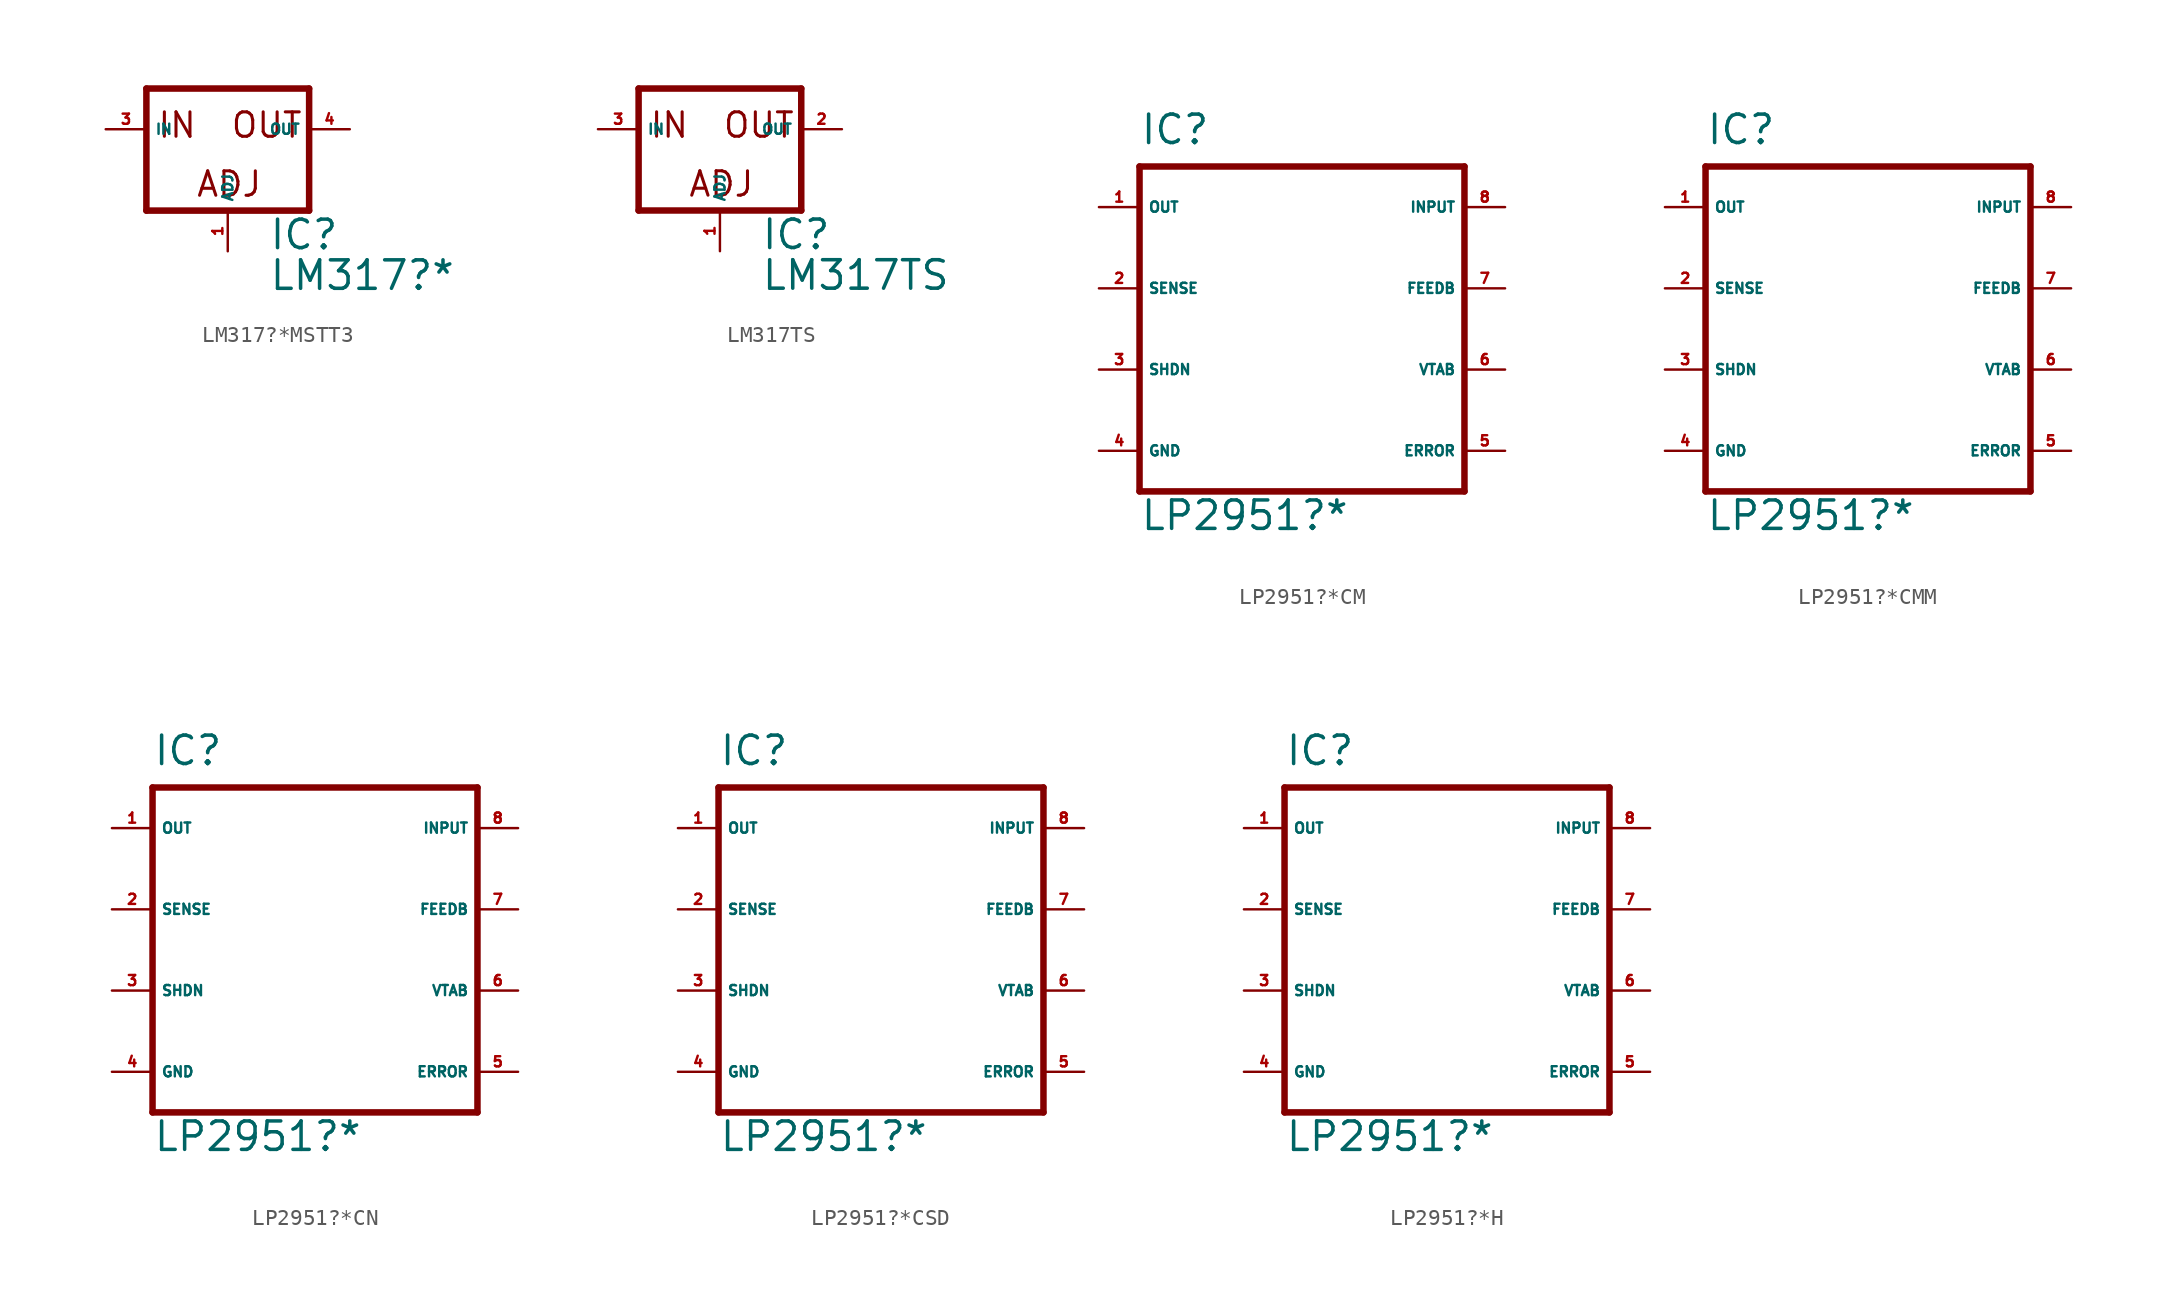
<source format=kicad_sym>
(kicad_symbol_lib
  (version 20220914)
  (generator Eagle2Kicad)
  (symbol "LM317?*MSTT3"
    (property "Reference" "IC"
      (at 2.54 -7.62 0)
      (effects (font (size 1.778 1.778) (thickness 0.22)) (justify left bottom)))
    (property "Value" "LM317?*"
      (at 2.54 -10.16 0)
      (effects (font (size 1.778 1.778) (thickness 0.22)) (justify left bottom)))
    (polyline
      (pts (xy -5.08 -5.08) (xy 5.08 -5.08))
      (stroke (width 0.406) (type default))
      (fill (type none)))
    (polyline
      (pts (xy 5.08 -5.08) (xy 5.08 2.54))
      (stroke (width 0.406) (type default))
      (fill (type none)))
    (polyline
      (pts (xy 5.08 2.54) (xy -5.08 2.54))
      (stroke (width 0.406) (type default))
      (fill (type none)))
    (polyline
      (pts (xy -5.08 2.54) (xy -5.08 -5.08))
      (stroke (width 0.406) (type default))
      (fill (type none)))
    (text "ADJ"
      (at -2.032 -4.318 0)
      (effects (font (size 1.524 1.524) (thickness 0.19)) (justify left bottom)))
    (text "IN"
      (at -4.445 -0.635 0)
      (effects (font (size 1.524 1.524) (thickness 0.19)) (justify left bottom)))
    (text "OUT"
      (at 0.127 -0.635 0)
      (effects (font (size 1.524 1.524) (thickness 0.19)) (justify left bottom)))
    (pin input line
      (at -7.62 0 0)
      (length 2.54)
      (name "IN" (effects (font (size 0.635 0.635) (thickness 0.08)) (justify left bottom)))
      (number "3" (effects (font (size 0.635 0.635) (thickness 0.08)) (justify left bottom))))
    (pin input line
      (at 0 -7.62 90)
      (length 2.54)
      (name "ADJ" (effects (font (size 0.635 0.635) (thickness 0.08)) (justify left bottom)))
      (number "1" (effects (font (size 0.635 0.635) (thickness 0.08)) (justify left bottom))))
    (pin passive line
      (at 7.62 0 180)
      (length 2.54)
      (name "OUT" (effects (font (size 0.635 0.635) (thickness 0.08)) (justify left bottom)))
      (number "4" (effects (font (size 0.635 0.635) (thickness 0.08)) (justify left bottom)))))
  (symbol "LM317TS"
    (property "Reference" "IC"
      (at 2.54 -7.62 0)
      (effects (font (size 1.778 1.778) (thickness 0.22)) (justify left bottom)))
    (property "Value" "LM317TS"
      (at 2.54 -10.16 0)
      (effects (font (size 1.778 1.778) (thickness 0.22)) (justify left bottom)))
    (polyline
      (pts (xy -5.08 -5.08) (xy 5.08 -5.08))
      (stroke (width 0.406) (type default))
      (fill (type none)))
    (polyline
      (pts (xy 5.08 -5.08) (xy 5.08 2.54))
      (stroke (width 0.406) (type default))
      (fill (type none)))
    (polyline
      (pts (xy 5.08 2.54) (xy -5.08 2.54))
      (stroke (width 0.406) (type default))
      (fill (type none)))
    (polyline
      (pts (xy -5.08 2.54) (xy -5.08 -5.08))
      (stroke (width 0.406) (type default))
      (fill (type none)))
    (text "ADJ"
      (at -2.032 -4.318 0)
      (effects (font (size 1.524 1.524) (thickness 0.19)) (justify left bottom)))
    (text "IN"
      (at -4.445 -0.635 0)
      (effects (font (size 1.524 1.524) (thickness 0.19)) (justify left bottom)))
    (text "OUT"
      (at 0.127 -0.635 0)
      (effects (font (size 1.524 1.524) (thickness 0.19)) (justify left bottom)))
    (pin input line
      (at -7.62 0 0)
      (length 2.54)
      (name "IN" (effects (font (size 0.635 0.635) (thickness 0.08)) (justify left bottom)))
      (number "3" (effects (font (size 0.635 0.635) (thickness 0.08)) (justify left bottom))))
    (pin input line
      (at 0 -7.62 90)
      (length 2.54)
      (name "ADJ" (effects (font (size 0.635 0.635) (thickness 0.08)) (justify left bottom)))
      (number "1" (effects (font (size 0.635 0.635) (thickness 0.08)) (justify left bottom))))
    (pin passive line
      (at 7.62 0 180)
      (length 2.54)
      (name "OUT" (effects (font (size 0.635 0.635) (thickness 0.08)) (justify left bottom)))
      (number "2" (effects (font (size 0.635 0.635) (thickness 0.08)) (justify left bottom)))))
  (symbol "LP2951?*CM"
    (property "Reference" "IC"
      (at -10.16 11.43 0)
      (effects (font (size 1.778 1.778) (thickness 0.22)) (justify left bottom)))
    (property "Value" "LP2951?*"
      (at -10.16 -12.7 0)
      (effects (font (size 1.778 1.778) (thickness 0.22)) (justify left bottom)))
    (polyline
      (pts (xy -10.16 10.16) (xy 10.16 10.16))
      (stroke (width 0.406) (type default))
      (fill (type none)))
    (polyline
      (pts (xy 10.16 10.16) (xy 10.16 -10.16))
      (stroke (width 0.406) (type default))
      (fill (type none)))
    (polyline
      (pts (xy 10.16 -10.16) (xy -10.16 -10.16))
      (stroke (width 0.406) (type default))
      (fill (type none)))
    (polyline
      (pts (xy -10.16 -10.16) (xy -10.16 10.16))
      (stroke (width 0.406) (type default))
      (fill (type none)))
    (pin input line
      (at 12.7 -2.54 180)
      (length 2.54)
      (name "VTAB" (effects (font (size 0.635 0.635) (thickness 0.08)) (justify left bottom)))
      (number "6" (effects (font (size 0.635 0.635) (thickness 0.08)) (justify left bottom))))
    (pin output line
      (at 12.7 2.54 180)
      (length 2.54)
      (name "FEEDB" (effects (font (size 0.635 0.635) (thickness 0.08)) (justify left bottom)))
      (number "7" (effects (font (size 0.635 0.635) (thickness 0.08)) (justify left bottom))))
    (pin input line
      (at -12.7 2.54 0)
      (length 2.54)
      (name "SENSE" (effects (font (size 0.635 0.635) (thickness 0.08)) (justify left bottom)))
      (number "2" (effects (font (size 0.635 0.635) (thickness 0.08)) (justify left bottom))))
    (pin input line
      (at -12.7 -2.54 0)
      (length 2.54)
      (name "SHDN" (effects (font (size 0.635 0.635) (thickness 0.08)) (justify left bottom)))
      (number "3" (effects (font (size 0.635 0.635) (thickness 0.08)) (justify left bottom))))
    (pin unspecified line
      (at -12.7 -7.62 0)
      (length 2.54)
      (name "GND" (effects (font (size 0.635 0.635) (thickness 0.08)) (justify left bottom)))
      (number "4" (effects (font (size 0.635 0.635) (thickness 0.08)) (justify left bottom))))
    (pin output line
      (at -12.7 7.62 0)
      (length 2.54)
      (name "OUT" (effects (font (size 0.635 0.635) (thickness 0.08)) (justify left bottom)))
      (number "1" (effects (font (size 0.635 0.635) (thickness 0.08)) (justify left bottom))))
    (pin output line
      (at 12.7 -7.62 180)
      (length 2.54)
      (name "ERROR" (effects (font (size 0.635 0.635) (thickness 0.08)) (justify left bottom)))
      (number "5" (effects (font (size 0.635 0.635) (thickness 0.08)) (justify left bottom))))
    (pin passive line
      (at 12.7 7.62 180)
      (length 2.54)
      (name "INPUT" (effects (font (size 0.635 0.635) (thickness 0.08)) (justify left bottom)))
      (number "8" (effects (font (size 0.635 0.635) (thickness 0.08)) (justify left bottom)))))
  (symbol "LP2951?*CMM"
    (property "Reference" "IC"
      (at -10.16 11.43 0)
      (effects (font (size 1.778 1.778) (thickness 0.22)) (justify left bottom)))
    (property "Value" "LP2951?*"
      (at -10.16 -12.7 0)
      (effects (font (size 1.778 1.778) (thickness 0.22)) (justify left bottom)))
    (polyline
      (pts (xy -10.16 10.16) (xy 10.16 10.16))
      (stroke (width 0.406) (type default))
      (fill (type none)))
    (polyline
      (pts (xy 10.16 10.16) (xy 10.16 -10.16))
      (stroke (width 0.406) (type default))
      (fill (type none)))
    (polyline
      (pts (xy 10.16 -10.16) (xy -10.16 -10.16))
      (stroke (width 0.406) (type default))
      (fill (type none)))
    (polyline
      (pts (xy -10.16 -10.16) (xy -10.16 10.16))
      (stroke (width 0.406) (type default))
      (fill (type none)))
    (pin input line
      (at 12.7 -2.54 180)
      (length 2.54)
      (name "VTAB" (effects (font (size 0.635 0.635) (thickness 0.08)) (justify left bottom)))
      (number "6" (effects (font (size 0.635 0.635) (thickness 0.08)) (justify left bottom))))
    (pin output line
      (at 12.7 2.54 180)
      (length 2.54)
      (name "FEEDB" (effects (font (size 0.635 0.635) (thickness 0.08)) (justify left bottom)))
      (number "7" (effects (font (size 0.635 0.635) (thickness 0.08)) (justify left bottom))))
    (pin input line
      (at -12.7 2.54 0)
      (length 2.54)
      (name "SENSE" (effects (font (size 0.635 0.635) (thickness 0.08)) (justify left bottom)))
      (number "2" (effects (font (size 0.635 0.635) (thickness 0.08)) (justify left bottom))))
    (pin input line
      (at -12.7 -2.54 0)
      (length 2.54)
      (name "SHDN" (effects (font (size 0.635 0.635) (thickness 0.08)) (justify left bottom)))
      (number "3" (effects (font (size 0.635 0.635) (thickness 0.08)) (justify left bottom))))
    (pin unspecified line
      (at -12.7 -7.62 0)
      (length 2.54)
      (name "GND" (effects (font (size 0.635 0.635) (thickness 0.08)) (justify left bottom)))
      (number "4" (effects (font (size 0.635 0.635) (thickness 0.08)) (justify left bottom))))
    (pin output line
      (at -12.7 7.62 0)
      (length 2.54)
      (name "OUT" (effects (font (size 0.635 0.635) (thickness 0.08)) (justify left bottom)))
      (number "1" (effects (font (size 0.635 0.635) (thickness 0.08)) (justify left bottom))))
    (pin output line
      (at 12.7 -7.62 180)
      (length 2.54)
      (name "ERROR" (effects (font (size 0.635 0.635) (thickness 0.08)) (justify left bottom)))
      (number "5" (effects (font (size 0.635 0.635) (thickness 0.08)) (justify left bottom))))
    (pin passive line
      (at 12.7 7.62 180)
      (length 2.54)
      (name "INPUT" (effects (font (size 0.635 0.635) (thickness 0.08)) (justify left bottom)))
      (number "8" (effects (font (size 0.635 0.635) (thickness 0.08)) (justify left bottom)))))
  (symbol "LP2951?*CN"
    (property "Reference" "IC"
      (at -10.16 11.43 0)
      (effects (font (size 1.778 1.778) (thickness 0.22)) (justify left bottom)))
    (property "Value" "LP2951?*"
      (at -10.16 -12.7 0)
      (effects (font (size 1.778 1.778) (thickness 0.22)) (justify left bottom)))
    (polyline
      (pts (xy -10.16 10.16) (xy 10.16 10.16))
      (stroke (width 0.406) (type default))
      (fill (type none)))
    (polyline
      (pts (xy 10.16 10.16) (xy 10.16 -10.16))
      (stroke (width 0.406) (type default))
      (fill (type none)))
    (polyline
      (pts (xy 10.16 -10.16) (xy -10.16 -10.16))
      (stroke (width 0.406) (type default))
      (fill (type none)))
    (polyline
      (pts (xy -10.16 -10.16) (xy -10.16 10.16))
      (stroke (width 0.406) (type default))
      (fill (type none)))
    (pin input line
      (at 12.7 -2.54 180)
      (length 2.54)
      (name "VTAB" (effects (font (size 0.635 0.635) (thickness 0.08)) (justify left bottom)))
      (number "6" (effects (font (size 0.635 0.635) (thickness 0.08)) (justify left bottom))))
    (pin output line
      (at 12.7 2.54 180)
      (length 2.54)
      (name "FEEDB" (effects (font (size 0.635 0.635) (thickness 0.08)) (justify left bottom)))
      (number "7" (effects (font (size 0.635 0.635) (thickness 0.08)) (justify left bottom))))
    (pin input line
      (at -12.7 2.54 0)
      (length 2.54)
      (name "SENSE" (effects (font (size 0.635 0.635) (thickness 0.08)) (justify left bottom)))
      (number "2" (effects (font (size 0.635 0.635) (thickness 0.08)) (justify left bottom))))
    (pin input line
      (at -12.7 -2.54 0)
      (length 2.54)
      (name "SHDN" (effects (font (size 0.635 0.635) (thickness 0.08)) (justify left bottom)))
      (number "3" (effects (font (size 0.635 0.635) (thickness 0.08)) (justify left bottom))))
    (pin unspecified line
      (at -12.7 -7.62 0)
      (length 2.54)
      (name "GND" (effects (font (size 0.635 0.635) (thickness 0.08)) (justify left bottom)))
      (number "4" (effects (font (size 0.635 0.635) (thickness 0.08)) (justify left bottom))))
    (pin output line
      (at -12.7 7.62 0)
      (length 2.54)
      (name "OUT" (effects (font (size 0.635 0.635) (thickness 0.08)) (justify left bottom)))
      (number "1" (effects (font (size 0.635 0.635) (thickness 0.08)) (justify left bottom))))
    (pin output line
      (at 12.7 -7.62 180)
      (length 2.54)
      (name "ERROR" (effects (font (size 0.635 0.635) (thickness 0.08)) (justify left bottom)))
      (number "5" (effects (font (size 0.635 0.635) (thickness 0.08)) (justify left bottom))))
    (pin passive line
      (at 12.7 7.62 180)
      (length 2.54)
      (name "INPUT" (effects (font (size 0.635 0.635) (thickness 0.08)) (justify left bottom)))
      (number "8" (effects (font (size 0.635 0.635) (thickness 0.08)) (justify left bottom)))))
  (symbol "LP2951?*CSD"
    (property "Reference" "IC"
      (at -10.16 11.43 0)
      (effects (font (size 1.778 1.778) (thickness 0.22)) (justify left bottom)))
    (property "Value" "LP2951?*"
      (at -10.16 -12.7 0)
      (effects (font (size 1.778 1.778) (thickness 0.22)) (justify left bottom)))
    (polyline
      (pts (xy -10.16 10.16) (xy 10.16 10.16))
      (stroke (width 0.406) (type default))
      (fill (type none)))
    (polyline
      (pts (xy 10.16 10.16) (xy 10.16 -10.16))
      (stroke (width 0.406) (type default))
      (fill (type none)))
    (polyline
      (pts (xy 10.16 -10.16) (xy -10.16 -10.16))
      (stroke (width 0.406) (type default))
      (fill (type none)))
    (polyline
      (pts (xy -10.16 -10.16) (xy -10.16 10.16))
      (stroke (width 0.406) (type default))
      (fill (type none)))
    (pin input line
      (at 12.7 -2.54 180)
      (length 2.54)
      (name "VTAB" (effects (font (size 0.635 0.635) (thickness 0.08)) (justify left bottom)))
      (number "6" (effects (font (size 0.635 0.635) (thickness 0.08)) (justify left bottom))))
    (pin output line
      (at 12.7 2.54 180)
      (length 2.54)
      (name "FEEDB" (effects (font (size 0.635 0.635) (thickness 0.08)) (justify left bottom)))
      (number "7" (effects (font (size 0.635 0.635) (thickness 0.08)) (justify left bottom))))
    (pin input line
      (at -12.7 2.54 0)
      (length 2.54)
      (name "SENSE" (effects (font (size 0.635 0.635) (thickness 0.08)) (justify left bottom)))
      (number "2" (effects (font (size 0.635 0.635) (thickness 0.08)) (justify left bottom))))
    (pin input line
      (at -12.7 -2.54 0)
      (length 2.54)
      (name "SHDN" (effects (font (size 0.635 0.635) (thickness 0.08)) (justify left bottom)))
      (number "3" (effects (font (size 0.635 0.635) (thickness 0.08)) (justify left bottom))))
    (pin unspecified line
      (at -12.7 -7.62 0)
      (length 2.54)
      (name "GND" (effects (font (size 0.635 0.635) (thickness 0.08)) (justify left bottom)))
      (number "4" (effects (font (size 0.635 0.635) (thickness 0.08)) (justify left bottom))))
    (pin output line
      (at -12.7 7.62 0)
      (length 2.54)
      (name "OUT" (effects (font (size 0.635 0.635) (thickness 0.08)) (justify left bottom)))
      (number "1" (effects (font (size 0.635 0.635) (thickness 0.08)) (justify left bottom))))
    (pin output line
      (at 12.7 -7.62 180)
      (length 2.54)
      (name "ERROR" (effects (font (size 0.635 0.635) (thickness 0.08)) (justify left bottom)))
      (number "5" (effects (font (size 0.635 0.635) (thickness 0.08)) (justify left bottom))))
    (pin passive line
      (at 12.7 7.62 180)
      (length 2.54)
      (name "INPUT" (effects (font (size 0.635 0.635) (thickness 0.08)) (justify left bottom)))
      (number "8" (effects (font (size 0.635 0.635) (thickness 0.08)) (justify left bottom)))))
  (symbol "LP2951?*H"
    (property "Reference" "IC"
      (at -10.16 11.43 0)
      (effects (font (size 1.778 1.778) (thickness 0.22)) (justify left bottom)))
    (property "Value" "LP2951?*"
      (at -10.16 -12.7 0)
      (effects (font (size 1.778 1.778) (thickness 0.22)) (justify left bottom)))
    (polyline
      (pts (xy -10.16 10.16) (xy 10.16 10.16))
      (stroke (width 0.406) (type default))
      (fill (type none)))
    (polyline
      (pts (xy 10.16 10.16) (xy 10.16 -10.16))
      (stroke (width 0.406) (type default))
      (fill (type none)))
    (polyline
      (pts (xy 10.16 -10.16) (xy -10.16 -10.16))
      (stroke (width 0.406) (type default))
      (fill (type none)))
    (polyline
      (pts (xy -10.16 -10.16) (xy -10.16 10.16))
      (stroke (width 0.406) (type default))
      (fill (type none)))
    (pin input line
      (at 12.7 -2.54 180)
      (length 2.54)
      (name "VTAB" (effects (font (size 0.635 0.635) (thickness 0.08)) (justify left bottom)))
      (number "6" (effects (font (size 0.635 0.635) (thickness 0.08)) (justify left bottom))))
    (pin output line
      (at 12.7 2.54 180)
      (length 2.54)
      (name "FEEDB" (effects (font (size 0.635 0.635) (thickness 0.08)) (justify left bottom)))
      (number "7" (effects (font (size 0.635 0.635) (thickness 0.08)) (justify left bottom))))
    (pin input line
      (at -12.7 2.54 0)
      (length 2.54)
      (name "SENSE" (effects (font (size 0.635 0.635) (thickness 0.08)) (justify left bottom)))
      (number "2" (effects (font (size 0.635 0.635) (thickness 0.08)) (justify left bottom))))
    (pin input line
      (at -12.7 -2.54 0)
      (length 2.54)
      (name "SHDN" (effects (font (size 0.635 0.635) (thickness 0.08)) (justify left bottom)))
      (number "3" (effects (font (size 0.635 0.635) (thickness 0.08)) (justify left bottom))))
    (pin unspecified line
      (at -12.7 -7.62 0)
      (length 2.54)
      (name "GND" (effects (font (size 0.635 0.635) (thickness 0.08)) (justify left bottom)))
      (number "4" (effects (font (size 0.635 0.635) (thickness 0.08)) (justify left bottom))))
    (pin output line
      (at -12.7 7.62 0)
      (length 2.54)
      (name "OUT" (effects (font (size 0.635 0.635) (thickness 0.08)) (justify left bottom)))
      (number "1" (effects (font (size 0.635 0.635) (thickness 0.08)) (justify left bottom))))
    (pin output line
      (at 12.7 -7.62 180)
      (length 2.54)
      (name "ERROR" (effects (font (size 0.635 0.635) (thickness 0.08)) (justify left bottom)))
      (number "5" (effects (font (size 0.635 0.635) (thickness 0.08)) (justify left bottom))))
    (pin passive line
      (at 12.7 7.62 180)
      (length 2.54)
      (name "INPUT" (effects (font (size 0.635 0.635) (thickness 0.08)) (justify left bottom)))
      (number "8" (effects (font (size 0.635 0.635) (thickness 0.08)) (justify left bottom))))))
</source>
